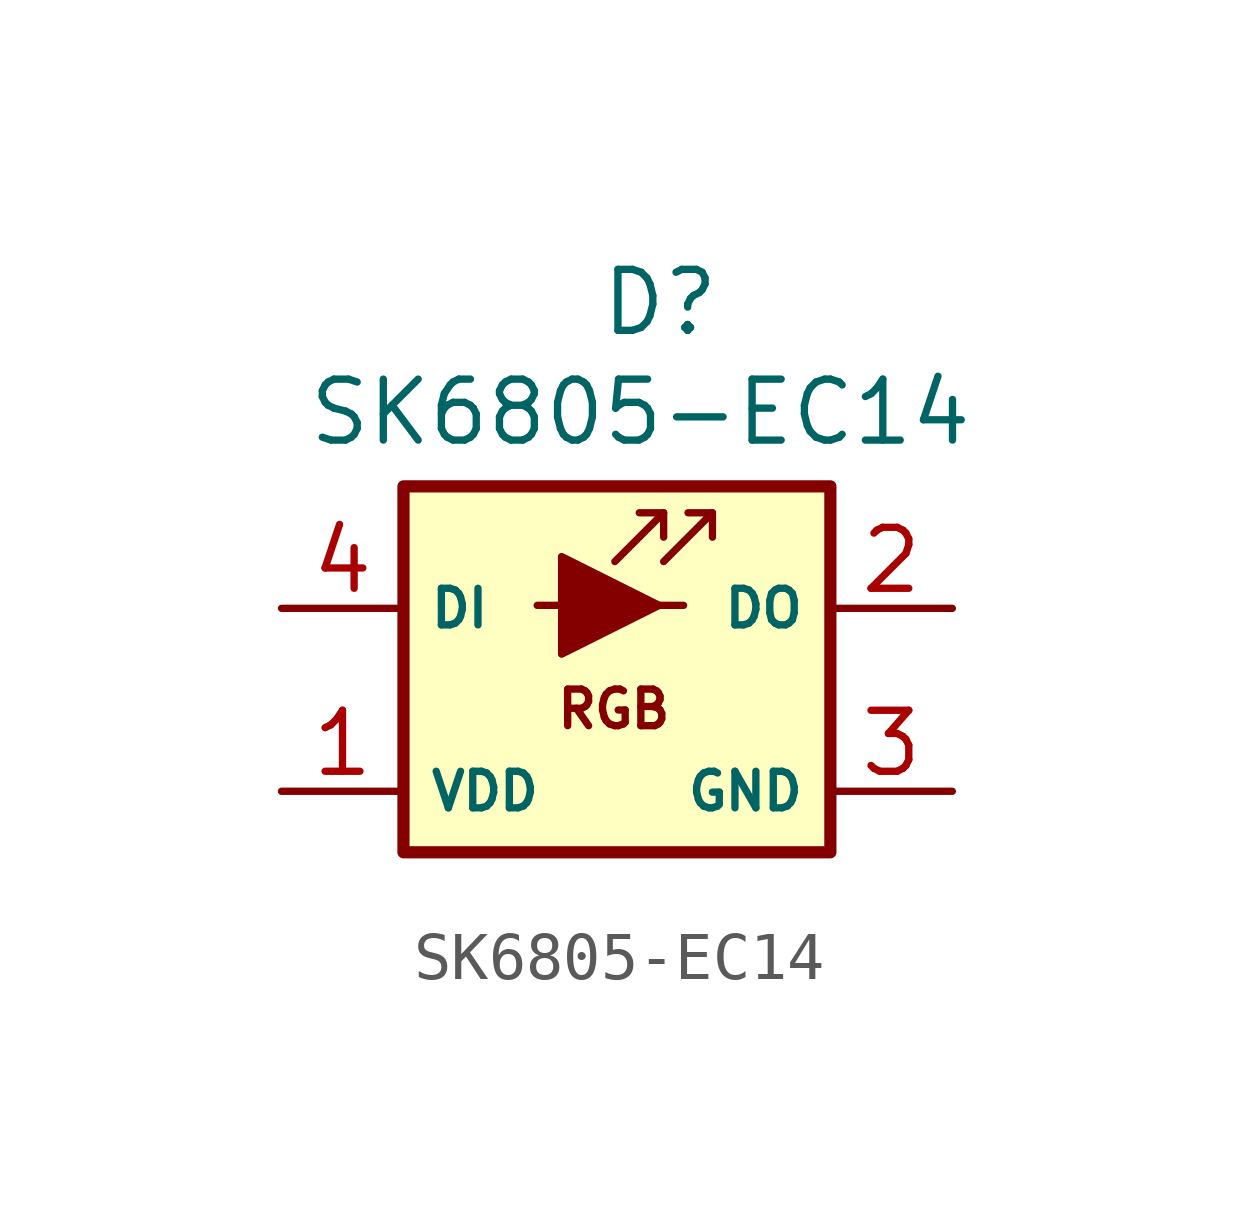
<source format=kicad_sym>
(kicad_symbol_lib
  (version 20241209)
  (generator "kicad_symbol_editor")
  (generator_version "9.0")
  (symbol "SK6805-EC14"
    (property "Reference" "D"
      (at -1.016 7.112 0)
      (effects (font (size 1.27 1.27)) (justify left top)))
    (property "Value" "SK6805-EC14"
      (at -7.112 4.826 0)
      (effects (font (size 1.27 1.27)) (justify left top)))
    (symbol "SK6805-EC14_0_0"
      (text "RGB" (at -0.699 -2.099 0) (effects (font (size 0.762 0.762)))))
    (symbol "SK6805-EC14_0_1"
      (polyline (pts (xy -2.295 0.062) (xy 0.245 0.062) (xy 0.753 0.062)) (stroke (width 0) (type default)) (fill (type none)))
      (polyline (pts (xy -0.678 0.974) (xy 0.338 1.99) (xy -0.17 1.99)) (stroke (width 0) (type default)) (fill (type none)))
      (polyline (pts (xy 0.338 1.99) (xy 0.338 1.482)) (stroke (width 0) (type default)) (fill (type none)))
      (polyline (pts (xy 0.338 0.974) (xy 1.354 1.99) (xy 0.846 1.99)) (stroke (width 0) (type default)) (fill (type none)))
      (polyline (pts (xy 1.354 1.99) (xy 1.354 1.482)) (stroke (width 0) (type default)) (fill (type none))))
    (symbol "SK6805-EC14_1_1"
      (rectangle (start -5.08 2.54) (end 3.81 -5.08) (stroke (width 0.254) (type default)) (fill (type background)))
      (polyline (pts (xy -1.787 -0.954) (xy -1.787 1.078) (xy 0.245 0.062) (xy -1.787 -0.954)) (stroke (width 0) (type solid)) (fill (type outline)))
      (pin input line (at -7.62 0 0) (length 2.54) (name "DI" (effects (font (size 0.762 0.762)))) (number "4" (effects (font (size 1.27 1.27)))))
      (pin power_in line (at -7.62 -3.81 0) (length 2.54) (name "VDD" (effects (font (size 0.762 0.762)))) (number "1" (effects (font (size 1.27 1.27)))))
      (pin output line (at 6.35 0 180) (length 2.54) (name "DO" (effects (font (size 0.762 0.762)))) (number "2" (effects (font (size 1.27 1.27)))))
      (pin power_in line (at 6.35 -3.81 180) (length 2.54) (name "GND" (effects (font (size 0.762 0.762)))) (number "3" (effects (font (size 1.27 1.27))))))))
</source>
